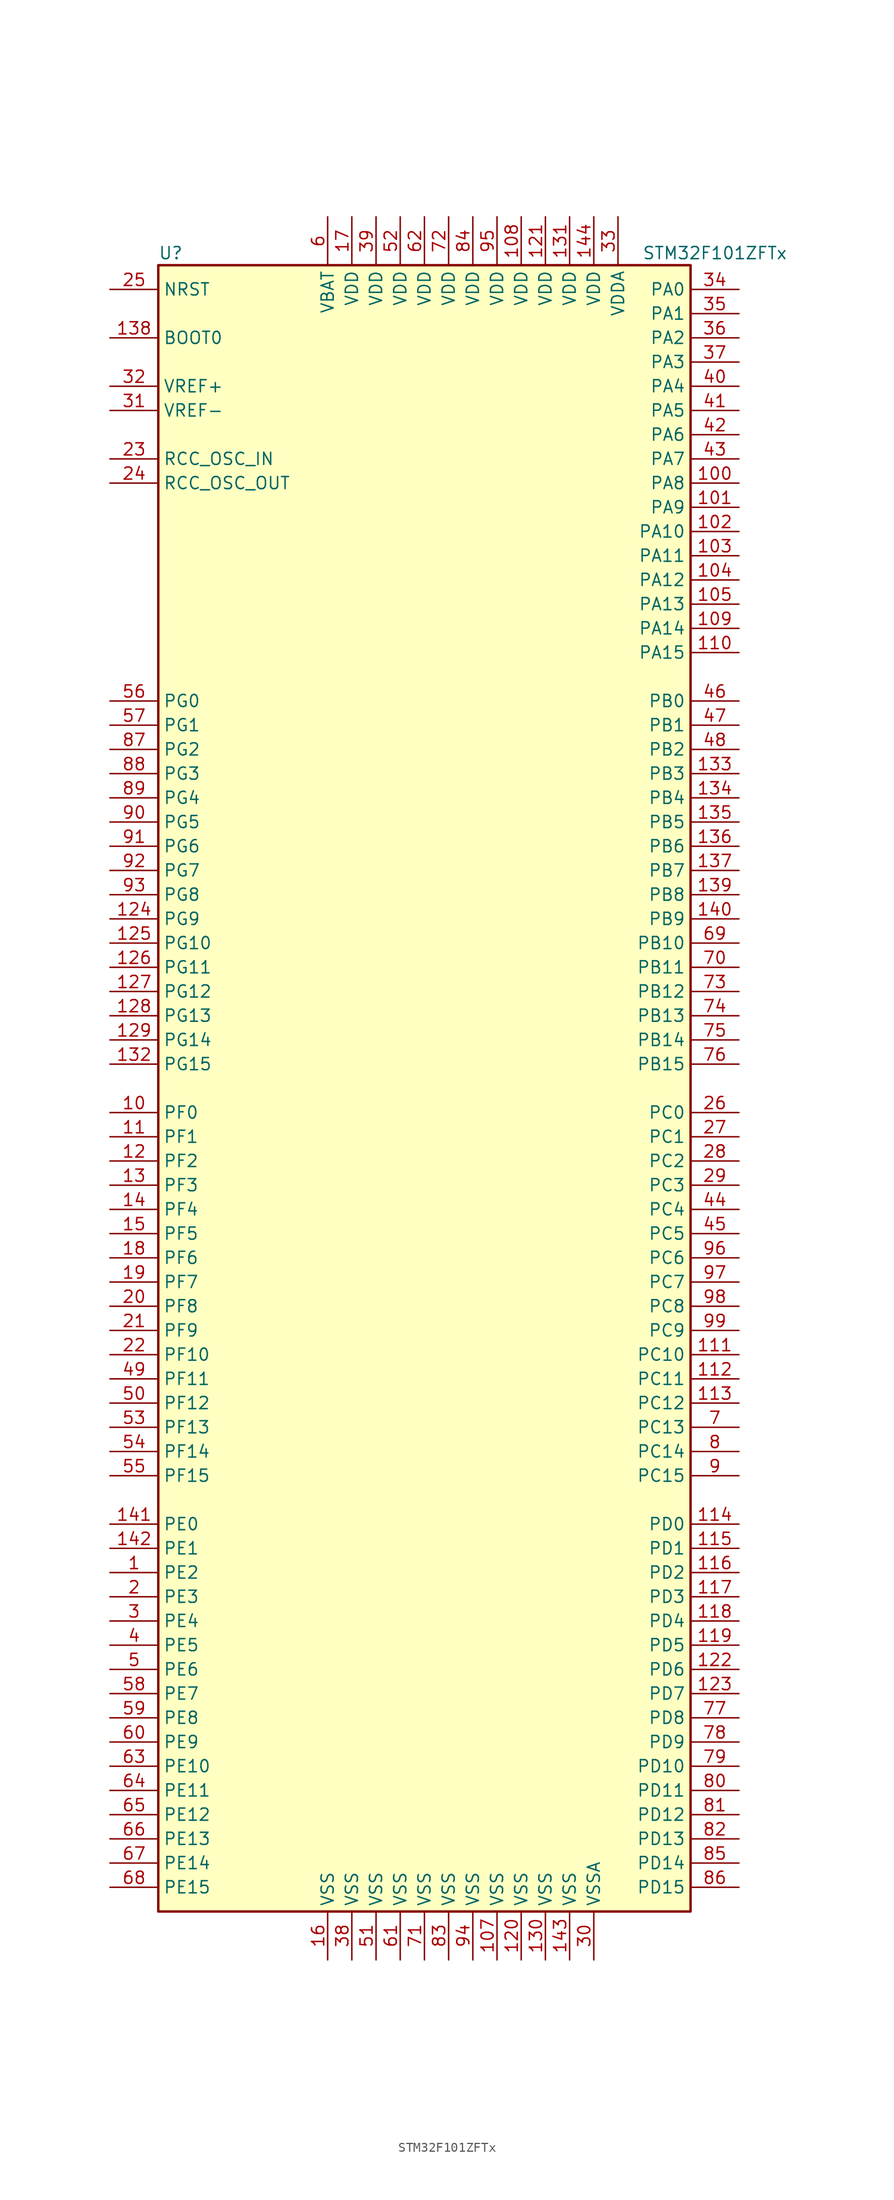
<source format=kicad_sym>
(kicad_symbol_lib
  (version 20201005)
  (generator kicad_symbol_editor)
  (symbol "STM32F101ZFTx"
    (property "Reference" "U"
      (at -27.94 87.63 0)
      (effects (font (size 1.27 1.27)) (justify left)))
    (property "Value" "STM32F101ZFTx"
      (at 22.86 87.63 0)
      (effects (font (size 1.27 1.27)) (justify left)))
    (symbol "STM32F101ZFTx_0_1"
      (rectangle (start -27.94 -86.36) (end 27.94 86.36) (stroke (width 0.254)) (fill (type background))))
    (symbol "STM32F101ZFTx_1_1"
      (pin bidirectional line (at -33.02 -50.8 0) (length 5.08) (name "PE2" (effects (font (size 1.27 1.27)))) (number "1" (effects (font (size 1.27 1.27)))))
      (pin bidirectional line (at -33.02 -2.54 0) (length 5.08) (name "PF0" (effects (font (size 1.27 1.27)))) (number "10" (effects (font (size 1.27 1.27)))))
      (pin bidirectional line (at 33.02 63.5 180) (length 5.08) (name "PA8" (effects (font (size 1.27 1.27)))) (number "100" (effects (font (size 1.27 1.27)))))
      (pin bidirectional line (at 33.02 60.96 180) (length 5.08) (name "PA9" (effects (font (size 1.27 1.27)))) (number "101" (effects (font (size 1.27 1.27)))))
      (pin bidirectional line (at 33.02 58.42 180) (length 5.08) (name "PA10" (effects (font (size 1.27 1.27)))) (number "102" (effects (font (size 1.27 1.27)))))
      (pin bidirectional line (at 33.02 55.88 180) (length 5.08) (name "PA11" (effects (font (size 1.27 1.27)))) (number "103" (effects (font (size 1.27 1.27)))))
      (pin bidirectional line (at 33.02 53.34 180) (length 5.08) (name "PA12" (effects (font (size 1.27 1.27)))) (number "104" (effects (font (size 1.27 1.27)))))
      (pin bidirectional line (at 33.02 50.8 180) (length 5.08) (name "PA13" (effects (font (size 1.27 1.27)))) (number "105" (effects (font (size 1.27 1.27)))))
      (pin no_connect line (at -27.94 -83.82 0) (length 5.08) hide (name "NC" (effects (font (size 1.27 1.27)))) (number "106" (effects (font (size 1.27 1.27)))))
      (pin power_in line (at 7.62 -91.44 90) (length 5.08) (name "VSS" (effects (font (size 1.27 1.27)))) (number "107" (effects (font (size 1.27 1.27)))))
      (pin power_in line (at 10.16 91.44 270) (length 5.08) (name "VDD" (effects (font (size 1.27 1.27)))) (number "108" (effects (font (size 1.27 1.27)))))
      (pin bidirectional line (at 33.02 48.26 180) (length 5.08) (name "PA14" (effects (font (size 1.27 1.27)))) (number "109" (effects (font (size 1.27 1.27)))))
      (pin bidirectional line (at -33.02 -5.08 0) (length 5.08) (name "PF1" (effects (font (size 1.27 1.27)))) (number "11" (effects (font (size 1.27 1.27)))))
      (pin bidirectional line (at 33.02 45.72 180) (length 5.08) (name "PA15" (effects (font (size 1.27 1.27)))) (number "110" (effects (font (size 1.27 1.27)))))
      (pin bidirectional line (at 33.02 -27.94 180) (length 5.08) (name "PC10" (effects (font (size 1.27 1.27)))) (number "111" (effects (font (size 1.27 1.27)))))
      (pin bidirectional line (at 33.02 -30.48 180) (length 5.08) (name "PC11" (effects (font (size 1.27 1.27)))) (number "112" (effects (font (size 1.27 1.27)))))
      (pin bidirectional line (at 33.02 -33.02 180) (length 5.08) (name "PC12" (effects (font (size 1.27 1.27)))) (number "113" (effects (font (size 1.27 1.27)))))
      (pin bidirectional line (at 33.02 -45.72 180) (length 5.08) (name "PD0" (effects (font (size 1.27 1.27)))) (number "114" (effects (font (size 1.27 1.27)))))
      (pin bidirectional line (at 33.02 -48.26 180) (length 5.08) (name "PD1" (effects (font (size 1.27 1.27)))) (number "115" (effects (font (size 1.27 1.27)))))
      (pin bidirectional line (at 33.02 -50.8 180) (length 5.08) (name "PD2" (effects (font (size 1.27 1.27)))) (number "116" (effects (font (size 1.27 1.27)))))
      (pin bidirectional line (at 33.02 -53.34 180) (length 5.08) (name "PD3" (effects (font (size 1.27 1.27)))) (number "117" (effects (font (size 1.27 1.27)))))
      (pin bidirectional line (at 33.02 -55.88 180) (length 5.08) (name "PD4" (effects (font (size 1.27 1.27)))) (number "118" (effects (font (size 1.27 1.27)))))
      (pin bidirectional line (at 33.02 -58.42 180) (length 5.08) (name "PD5" (effects (font (size 1.27 1.27)))) (number "119" (effects (font (size 1.27 1.27)))))
      (pin bidirectional line (at -33.02 -7.62 0) (length 5.08) (name "PF2" (effects (font (size 1.27 1.27)))) (number "12" (effects (font (size 1.27 1.27)))))
      (pin power_in line (at 10.16 -91.44 90) (length 5.08) (name "VSS" (effects (font (size 1.27 1.27)))) (number "120" (effects (font (size 1.27 1.27)))))
      (pin power_in line (at 12.7 91.44 270) (length 5.08) (name "VDD" (effects (font (size 1.27 1.27)))) (number "121" (effects (font (size 1.27 1.27)))))
      (pin bidirectional line (at 33.02 -60.96 180) (length 5.08) (name "PD6" (effects (font (size 1.27 1.27)))) (number "122" (effects (font (size 1.27 1.27)))))
      (pin bidirectional line (at 33.02 -63.5 180) (length 5.08) (name "PD7" (effects (font (size 1.27 1.27)))) (number "123" (effects (font (size 1.27 1.27)))))
      (pin bidirectional line (at -33.02 17.78 0) (length 5.08) (name "PG9" (effects (font (size 1.27 1.27)))) (number "124" (effects (font (size 1.27 1.27)))))
      (pin bidirectional line (at -33.02 15.24 0) (length 5.08) (name "PG10" (effects (font (size 1.27 1.27)))) (number "125" (effects (font (size 1.27 1.27)))))
      (pin bidirectional line (at -33.02 12.7 0) (length 5.08) (name "PG11" (effects (font (size 1.27 1.27)))) (number "126" (effects (font (size 1.27 1.27)))))
      (pin bidirectional line (at -33.02 10.16 0) (length 5.08) (name "PG12" (effects (font (size 1.27 1.27)))) (number "127" (effects (font (size 1.27 1.27)))))
      (pin bidirectional line (at -33.02 7.62 0) (length 5.08) (name "PG13" (effects (font (size 1.27 1.27)))) (number "128" (effects (font (size 1.27 1.27)))))
      (pin bidirectional line (at -33.02 5.08 0) (length 5.08) (name "PG14" (effects (font (size 1.27 1.27)))) (number "129" (effects (font (size 1.27 1.27)))))
      (pin bidirectional line (at -33.02 -10.16 0) (length 5.08) (name "PF3" (effects (font (size 1.27 1.27)))) (number "13" (effects (font (size 1.27 1.27)))))
      (pin power_in line (at 12.7 -91.44 90) (length 5.08) (name "VSS" (effects (font (size 1.27 1.27)))) (number "130" (effects (font (size 1.27 1.27)))))
      (pin power_in line (at 15.24 91.44 270) (length 5.08) (name "VDD" (effects (font (size 1.27 1.27)))) (number "131" (effects (font (size 1.27 1.27)))))
      (pin bidirectional line (at -33.02 2.54 0) (length 5.08) (name "PG15" (effects (font (size 1.27 1.27)))) (number "132" (effects (font (size 1.27 1.27)))))
      (pin bidirectional line (at 33.02 33.02 180) (length 5.08) (name "PB3" (effects (font (size 1.27 1.27)))) (number "133" (effects (font (size 1.27 1.27)))))
      (pin bidirectional line (at 33.02 30.48 180) (length 5.08) (name "PB4" (effects (font (size 1.27 1.27)))) (number "134" (effects (font (size 1.27 1.27)))))
      (pin bidirectional line (at 33.02 27.94 180) (length 5.08) (name "PB5" (effects (font (size 1.27 1.27)))) (number "135" (effects (font (size 1.27 1.27)))))
      (pin bidirectional line (at 33.02 25.4 180) (length 5.08) (name "PB6" (effects (font (size 1.27 1.27)))) (number "136" (effects (font (size 1.27 1.27)))))
      (pin bidirectional line (at 33.02 22.86 180) (length 5.08) (name "PB7" (effects (font (size 1.27 1.27)))) (number "137" (effects (font (size 1.27 1.27)))))
      (pin input line (at -33.02 78.74 0) (length 5.08) (name "BOOT0" (effects (font (size 1.27 1.27)))) (number "138" (effects (font (size 1.27 1.27)))))
      (pin bidirectional line (at 33.02 20.32 180) (length 5.08) (name "PB8" (effects (font (size 1.27 1.27)))) (number "139" (effects (font (size 1.27 1.27)))))
      (pin bidirectional line (at -33.02 -12.7 0) (length 5.08) (name "PF4" (effects (font (size 1.27 1.27)))) (number "14" (effects (font (size 1.27 1.27)))))
      (pin bidirectional line (at 33.02 17.78 180) (length 5.08) (name "PB9" (effects (font (size 1.27 1.27)))) (number "140" (effects (font (size 1.27 1.27)))))
      (pin bidirectional line (at -33.02 -45.72 0) (length 5.08) (name "PE0" (effects (font (size 1.27 1.27)))) (number "141" (effects (font (size 1.27 1.27)))))
      (pin bidirectional line (at -33.02 -48.26 0) (length 5.08) (name "PE1" (effects (font (size 1.27 1.27)))) (number "142" (effects (font (size 1.27 1.27)))))
      (pin power_in line (at 15.24 -91.44 90) (length 5.08) (name "VSS" (effects (font (size 1.27 1.27)))) (number "143" (effects (font (size 1.27 1.27)))))
      (pin power_in line (at 17.78 91.44 270) (length 5.08) (name "VDD" (effects (font (size 1.27 1.27)))) (number "144" (effects (font (size 1.27 1.27)))))
      (pin bidirectional line (at -33.02 -15.24 0) (length 5.08) (name "PF5" (effects (font (size 1.27 1.27)))) (number "15" (effects (font (size 1.27 1.27)))))
      (pin power_in line (at -10.16 -91.44 90) (length 5.08) (name "VSS" (effects (font (size 1.27 1.27)))) (number "16" (effects (font (size 1.27 1.27)))))
      (pin power_in line (at -7.62 91.44 270) (length 5.08) (name "VDD" (effects (font (size 1.27 1.27)))) (number "17" (effects (font (size 1.27 1.27)))))
      (pin bidirectional line (at -33.02 -17.78 0) (length 5.08) (name "PF6" (effects (font (size 1.27 1.27)))) (number "18" (effects (font (size 1.27 1.27)))))
      (pin bidirectional line (at -33.02 -20.32 0) (length 5.08) (name "PF7" (effects (font (size 1.27 1.27)))) (number "19" (effects (font (size 1.27 1.27)))))
      (pin bidirectional line (at -33.02 -53.34 0) (length 5.08) (name "PE3" (effects (font (size 1.27 1.27)))) (number "2" (effects (font (size 1.27 1.27)))))
      (pin bidirectional line (at -33.02 -22.86 0) (length 5.08) (name "PF8" (effects (font (size 1.27 1.27)))) (number "20" (effects (font (size 1.27 1.27)))))
      (pin bidirectional line (at -33.02 -25.4 0) (length 5.08) (name "PF9" (effects (font (size 1.27 1.27)))) (number "21" (effects (font (size 1.27 1.27)))))
      (pin bidirectional line (at -33.02 -27.94 0) (length 5.08) (name "PF10" (effects (font (size 1.27 1.27)))) (number "22" (effects (font (size 1.27 1.27)))))
      (pin input line (at -33.02 66.04 0) (length 5.08) (name "RCC_OSC_IN" (effects (font (size 1.27 1.27)))) (number "23" (effects (font (size 1.27 1.27)))))
      (pin input line (at -33.02 63.5 0) (length 5.08) (name "RCC_OSC_OUT" (effects (font (size 1.27 1.27)))) (number "24" (effects (font (size 1.27 1.27)))))
      (pin input line (at -33.02 83.82 0) (length 5.08) (name "NRST" (effects (font (size 1.27 1.27)))) (number "25" (effects (font (size 1.27 1.27)))))
      (pin bidirectional line (at 33.02 -2.54 180) (length 5.08) (name "PC0" (effects (font (size 1.27 1.27)))) (number "26" (effects (font (size 1.27 1.27)))))
      (pin bidirectional line (at 33.02 -5.08 180) (length 5.08) (name "PC1" (effects (font (size 1.27 1.27)))) (number "27" (effects (font (size 1.27 1.27)))))
      (pin bidirectional line (at 33.02 -7.62 180) (length 5.08) (name "PC2" (effects (font (size 1.27 1.27)))) (number "28" (effects (font (size 1.27 1.27)))))
      (pin bidirectional line (at 33.02 -10.16 180) (length 5.08) (name "PC3" (effects (font (size 1.27 1.27)))) (number "29" (effects (font (size 1.27 1.27)))))
      (pin bidirectional line (at -33.02 -55.88 0) (length 5.08) (name "PE4" (effects (font (size 1.27 1.27)))) (number "3" (effects (font (size 1.27 1.27)))))
      (pin power_in line (at 17.78 -91.44 90) (length 5.08) (name "VSSA" (effects (font (size 1.27 1.27)))) (number "30" (effects (font (size 1.27 1.27)))))
      (pin power_in line (at -33.02 71.12 0) (length 5.08) (name "VREF-" (effects (font (size 1.27 1.27)))) (number "31" (effects (font (size 1.27 1.27)))))
      (pin power_in line (at -33.02 73.66 0) (length 5.08) (name "VREF+" (effects (font (size 1.27 1.27)))) (number "32" (effects (font (size 1.27 1.27)))))
      (pin power_in line (at 20.32 91.44 270) (length 5.08) (name "VDDA" (effects (font (size 1.27 1.27)))) (number "33" (effects (font (size 1.27 1.27)))))
      (pin bidirectional line (at 33.02 83.82 180) (length 5.08) (name "PA0" (effects (font (size 1.27 1.27)))) (number "34" (effects (font (size 1.27 1.27)))))
      (pin bidirectional line (at 33.02 81.28 180) (length 5.08) (name "PA1" (effects (font (size 1.27 1.27)))) (number "35" (effects (font (size 1.27 1.27)))))
      (pin bidirectional line (at 33.02 78.74 180) (length 5.08) (name "PA2" (effects (font (size 1.27 1.27)))) (number "36" (effects (font (size 1.27 1.27)))))
      (pin bidirectional line (at 33.02 76.2 180) (length 5.08) (name "PA3" (effects (font (size 1.27 1.27)))) (number "37" (effects (font (size 1.27 1.27)))))
      (pin power_in line (at -7.62 -91.44 90) (length 5.08) (name "VSS" (effects (font (size 1.27 1.27)))) (number "38" (effects (font (size 1.27 1.27)))))
      (pin power_in line (at -5.08 91.44 270) (length 5.08) (name "VDD" (effects (font (size 1.27 1.27)))) (number "39" (effects (font (size 1.27 1.27)))))
      (pin bidirectional line (at -33.02 -58.42 0) (length 5.08) (name "PE5" (effects (font (size 1.27 1.27)))) (number "4" (effects (font (size 1.27 1.27)))))
      (pin bidirectional line (at 33.02 73.66 180) (length 5.08) (name "PA4" (effects (font (size 1.27 1.27)))) (number "40" (effects (font (size 1.27 1.27)))))
      (pin bidirectional line (at 33.02 71.12 180) (length 5.08) (name "PA5" (effects (font (size 1.27 1.27)))) (number "41" (effects (font (size 1.27 1.27)))))
      (pin bidirectional line (at 33.02 68.58 180) (length 5.08) (name "PA6" (effects (font (size 1.27 1.27)))) (number "42" (effects (font (size 1.27 1.27)))))
      (pin bidirectional line (at 33.02 66.04 180) (length 5.08) (name "PA7" (effects (font (size 1.27 1.27)))) (number "43" (effects (font (size 1.27 1.27)))))
      (pin bidirectional line (at 33.02 -12.7 180) (length 5.08) (name "PC4" (effects (font (size 1.27 1.27)))) (number "44" (effects (font (size 1.27 1.27)))))
      (pin bidirectional line (at 33.02 -15.24 180) (length 5.08) (name "PC5" (effects (font (size 1.27 1.27)))) (number "45" (effects (font (size 1.27 1.27)))))
      (pin bidirectional line (at 33.02 40.64 180) (length 5.08) (name "PB0" (effects (font (size 1.27 1.27)))) (number "46" (effects (font (size 1.27 1.27)))))
      (pin bidirectional line (at 33.02 38.1 180) (length 5.08) (name "PB1" (effects (font (size 1.27 1.27)))) (number "47" (effects (font (size 1.27 1.27)))))
      (pin bidirectional line (at 33.02 35.56 180) (length 5.08) (name "PB2" (effects (font (size 1.27 1.27)))) (number "48" (effects (font (size 1.27 1.27)))))
      (pin bidirectional line (at -33.02 -30.48 0) (length 5.08) (name "PF11" (effects (font (size 1.27 1.27)))) (number "49" (effects (font (size 1.27 1.27)))))
      (pin bidirectional line (at -33.02 -60.96 0) (length 5.08) (name "PE6" (effects (font (size 1.27 1.27)))) (number "5" (effects (font (size 1.27 1.27)))))
      (pin bidirectional line (at -33.02 -33.02 0) (length 5.08) (name "PF12" (effects (font (size 1.27 1.27)))) (number "50" (effects (font (size 1.27 1.27)))))
      (pin power_in line (at -5.08 -91.44 90) (length 5.08) (name "VSS" (effects (font (size 1.27 1.27)))) (number "51" (effects (font (size 1.27 1.27)))))
      (pin power_in line (at -2.54 91.44 270) (length 5.08) (name "VDD" (effects (font (size 1.27 1.27)))) (number "52" (effects (font (size 1.27 1.27)))))
      (pin bidirectional line (at -33.02 -35.56 0) (length 5.08) (name "PF13" (effects (font (size 1.27 1.27)))) (number "53" (effects (font (size 1.27 1.27)))))
      (pin bidirectional line (at -33.02 -38.1 0) (length 5.08) (name "PF14" (effects (font (size 1.27 1.27)))) (number "54" (effects (font (size 1.27 1.27)))))
      (pin bidirectional line (at -33.02 -40.64 0) (length 5.08) (name "PF15" (effects (font (size 1.27 1.27)))) (number "55" (effects (font (size 1.27 1.27)))))
      (pin bidirectional line (at -33.02 40.64 0) (length 5.08) (name "PG0" (effects (font (size 1.27 1.27)))) (number "56" (effects (font (size 1.27 1.27)))))
      (pin bidirectional line (at -33.02 38.1 0) (length 5.08) (name "PG1" (effects (font (size 1.27 1.27)))) (number "57" (effects (font (size 1.27 1.27)))))
      (pin bidirectional line (at -33.02 -63.5 0) (length 5.08) (name "PE7" (effects (font (size 1.27 1.27)))) (number "58" (effects (font (size 1.27 1.27)))))
      (pin bidirectional line (at -33.02 -66.04 0) (length 5.08) (name "PE8" (effects (font (size 1.27 1.27)))) (number "59" (effects (font (size 1.27 1.27)))))
      (pin power_in line (at -10.16 91.44 270) (length 5.08) (name "VBAT" (effects (font (size 1.27 1.27)))) (number "6" (effects (font (size 1.27 1.27)))))
      (pin bidirectional line (at -33.02 -68.58 0) (length 5.08) (name "PE9" (effects (font (size 1.27 1.27)))) (number "60" (effects (font (size 1.27 1.27)))))
      (pin power_in line (at -2.54 -91.44 90) (length 5.08) (name "VSS" (effects (font (size 1.27 1.27)))) (number "61" (effects (font (size 1.27 1.27)))))
      (pin power_in line (at 0 91.44 270) (length 5.08) (name "VDD" (effects (font (size 1.27 1.27)))) (number "62" (effects (font (size 1.27 1.27)))))
      (pin bidirectional line (at -33.02 -71.12 0) (length 5.08) (name "PE10" (effects (font (size 1.27 1.27)))) (number "63" (effects (font (size 1.27 1.27)))))
      (pin bidirectional line (at -33.02 -73.66 0) (length 5.08) (name "PE11" (effects (font (size 1.27 1.27)))) (number "64" (effects (font (size 1.27 1.27)))))
      (pin bidirectional line (at -33.02 -76.2 0) (length 5.08) (name "PE12" (effects (font (size 1.27 1.27)))) (number "65" (effects (font (size 1.27 1.27)))))
      (pin bidirectional line (at -33.02 -78.74 0) (length 5.08) (name "PE13" (effects (font (size 1.27 1.27)))) (number "66" (effects (font (size 1.27 1.27)))))
      (pin bidirectional line (at -33.02 -81.28 0) (length 5.08) (name "PE14" (effects (font (size 1.27 1.27)))) (number "67" (effects (font (size 1.27 1.27)))))
      (pin bidirectional line (at -33.02 -83.82 0) (length 5.08) (name "PE15" (effects (font (size 1.27 1.27)))) (number "68" (effects (font (size 1.27 1.27)))))
      (pin bidirectional line (at 33.02 15.24 180) (length 5.08) (name "PB10" (effects (font (size 1.27 1.27)))) (number "69" (effects (font (size 1.27 1.27)))))
      (pin bidirectional line (at 33.02 -35.56 180) (length 5.08) (name "PC13" (effects (font (size 1.27 1.27)))) (number "7" (effects (font (size 1.27 1.27)))))
      (pin bidirectional line (at 33.02 12.7 180) (length 5.08) (name "PB11" (effects (font (size 1.27 1.27)))) (number "70" (effects (font (size 1.27 1.27)))))
      (pin power_in line (at 0 -91.44 90) (length 5.08) (name "VSS" (effects (font (size 1.27 1.27)))) (number "71" (effects (font (size 1.27 1.27)))))
      (pin power_in line (at 2.54 91.44 270) (length 5.08) (name "VDD" (effects (font (size 1.27 1.27)))) (number "72" (effects (font (size 1.27 1.27)))))
      (pin bidirectional line (at 33.02 10.16 180) (length 5.08) (name "PB12" (effects (font (size 1.27 1.27)))) (number "73" (effects (font (size 1.27 1.27)))))
      (pin bidirectional line (at 33.02 7.62 180) (length 5.08) (name "PB13" (effects (font (size 1.27 1.27)))) (number "74" (effects (font (size 1.27 1.27)))))
      (pin bidirectional line (at 33.02 5.08 180) (length 5.08) (name "PB14" (effects (font (size 1.27 1.27)))) (number "75" (effects (font (size 1.27 1.27)))))
      (pin bidirectional line (at 33.02 2.54 180) (length 5.08) (name "PB15" (effects (font (size 1.27 1.27)))) (number "76" (effects (font (size 1.27 1.27)))))
      (pin bidirectional line (at 33.02 -66.04 180) (length 5.08) (name "PD8" (effects (font (size 1.27 1.27)))) (number "77" (effects (font (size 1.27 1.27)))))
      (pin bidirectional line (at 33.02 -68.58 180) (length 5.08) (name "PD9" (effects (font (size 1.27 1.27)))) (number "78" (effects (font (size 1.27 1.27)))))
      (pin bidirectional line (at 33.02 -71.12 180) (length 5.08) (name "PD10" (effects (font (size 1.27 1.27)))) (number "79" (effects (font (size 1.27 1.27)))))
      (pin bidirectional line (at 33.02 -38.1 180) (length 5.08) (name "PC14" (effects (font (size 1.27 1.27)))) (number "8" (effects (font (size 1.27 1.27)))))
      (pin bidirectional line (at 33.02 -73.66 180) (length 5.08) (name "PD11" (effects (font (size 1.27 1.27)))) (number "80" (effects (font (size 1.27 1.27)))))
      (pin bidirectional line (at 33.02 -76.2 180) (length 5.08) (name "PD12" (effects (font (size 1.27 1.27)))) (number "81" (effects (font (size 1.27 1.27)))))
      (pin bidirectional line (at 33.02 -78.74 180) (length 5.08) (name "PD13" (effects (font (size 1.27 1.27)))) (number "82" (effects (font (size 1.27 1.27)))))
      (pin power_in line (at 2.54 -91.44 90) (length 5.08) (name "VSS" (effects (font (size 1.27 1.27)))) (number "83" (effects (font (size 1.27 1.27)))))
      (pin power_in line (at 5.08 91.44 270) (length 5.08) (name "VDD" (effects (font (size 1.27 1.27)))) (number "84" (effects (font (size 1.27 1.27)))))
      (pin bidirectional line (at 33.02 -81.28 180) (length 5.08) (name "PD14" (effects (font (size 1.27 1.27)))) (number "85" (effects (font (size 1.27 1.27)))))
      (pin bidirectional line (at 33.02 -83.82 180) (length 5.08) (name "PD15" (effects (font (size 1.27 1.27)))) (number "86" (effects (font (size 1.27 1.27)))))
      (pin bidirectional line (at -33.02 35.56 0) (length 5.08) (name "PG2" (effects (font (size 1.27 1.27)))) (number "87" (effects (font (size 1.27 1.27)))))
      (pin bidirectional line (at -33.02 33.02 0) (length 5.08) (name "PG3" (effects (font (size 1.27 1.27)))) (number "88" (effects (font (size 1.27 1.27)))))
      (pin bidirectional line (at -33.02 30.48 0) (length 5.08) (name "PG4" (effects (font (size 1.27 1.27)))) (number "89" (effects (font (size 1.27 1.27)))))
      (pin bidirectional line (at 33.02 -40.64 180) (length 5.08) (name "PC15" (effects (font (size 1.27 1.27)))) (number "9" (effects (font (size 1.27 1.27)))))
      (pin bidirectional line (at -33.02 27.94 0) (length 5.08) (name "PG5" (effects (font (size 1.27 1.27)))) (number "90" (effects (font (size 1.27 1.27)))))
      (pin bidirectional line (at -33.02 25.4 0) (length 5.08) (name "PG6" (effects (font (size 1.27 1.27)))) (number "91" (effects (font (size 1.27 1.27)))))
      (pin bidirectional line (at -33.02 22.86 0) (length 5.08) (name "PG7" (effects (font (size 1.27 1.27)))) (number "92" (effects (font (size 1.27 1.27)))))
      (pin bidirectional line (at -33.02 20.32 0) (length 5.08) (name "PG8" (effects (font (size 1.27 1.27)))) (number "93" (effects (font (size 1.27 1.27)))))
      (pin power_in line (at 5.08 -91.44 90) (length 5.08) (name "VSS" (effects (font (size 1.27 1.27)))) (number "94" (effects (font (size 1.27 1.27)))))
      (pin power_in line (at 7.62 91.44 270) (length 5.08) (name "VDD" (effects (font (size 1.27 1.27)))) (number "95" (effects (font (size 1.27 1.27)))))
      (pin bidirectional line (at 33.02 -17.78 180) (length 5.08) (name "PC6" (effects (font (size 1.27 1.27)))) (number "96" (effects (font (size 1.27 1.27)))))
      (pin bidirectional line (at 33.02 -20.32 180) (length 5.08) (name "PC7" (effects (font (size 1.27 1.27)))) (number "97" (effects (font (size 1.27 1.27)))))
      (pin bidirectional line (at 33.02 -22.86 180) (length 5.08) (name "PC8" (effects (font (size 1.27 1.27)))) (number "98" (effects (font (size 1.27 1.27)))))
      (pin bidirectional line (at 33.02 -25.4 180) (length 5.08) (name "PC9" (effects (font (size 1.27 1.27)))) (number "99" (effects (font (size 1.27 1.27))))))))
</source>
